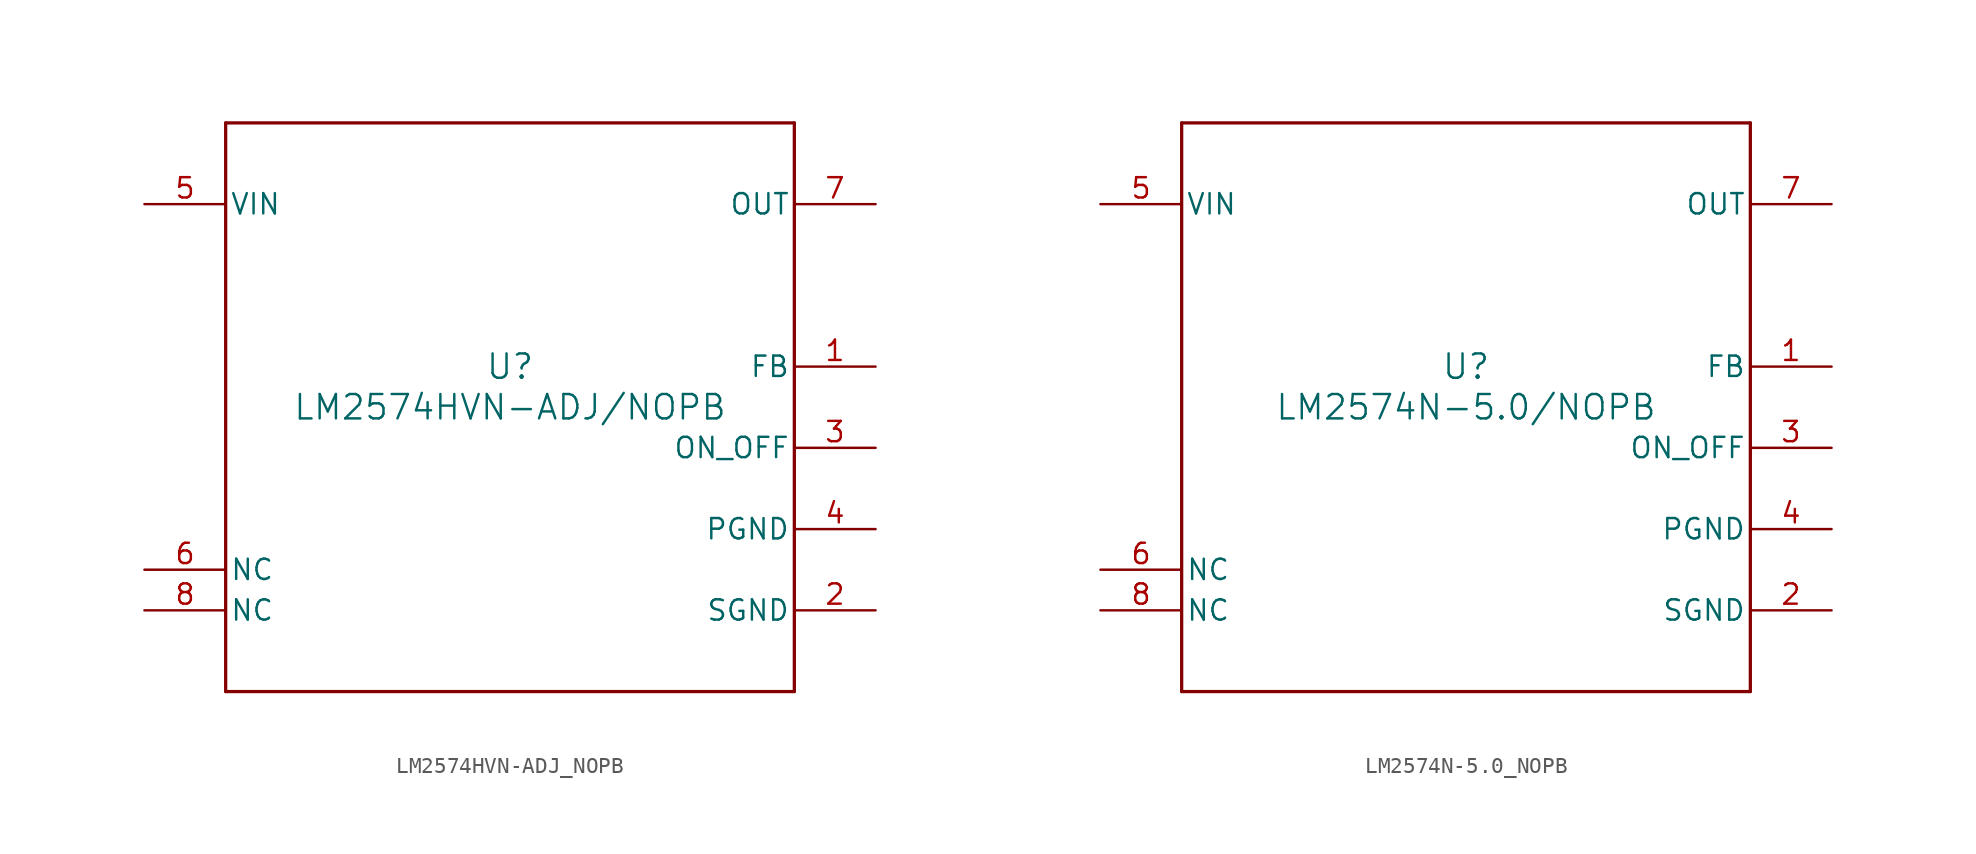
<source format=kicad_sym>
(kicad_symbol_lib
  (version 20241209)
  (generator "kicad_symbol_editor")
  (generator_version "9.0")
  (symbol "LM2574HVN-ADJ_NOPB"
    (pin_names
      (offset 0.254))
    (property "Reference" "U"
      (at 0 2.54 0)
      (effects (font (size 1.524 1.524))))
    (property "Value" "LM2574HVN-ADJ/NOPB"
      (at 0 0 0)
      (effects (font (size 1.524 1.524))))
    (property "ki_locked" ""
      (at 0 0 0)
      (effects (font (size 1.27 1.27))))
    (symbol "LM2574HVN-ADJ_NOPB_0_1"
      (polyline (pts (xy -17.78 17.78) (xy -17.78 -17.78)) (stroke (width 0.203) (type default)) (fill (type none)))
      (polyline (pts (xy -17.78 -17.78) (xy 17.78 -17.78)) (stroke (width 0.203) (type default)) (fill (type none)))
      (polyline (pts (xy 17.78 17.78) (xy -17.78 17.78)) (stroke (width 0.203) (type default)) (fill (type none)))
      (polyline (pts (xy 17.78 -17.78) (xy 17.78 17.78)) (stroke (width 0.203) (type default)) (fill (type none)))
      (pin power_in line (at -22.86 12.7 0) (length 5.08) (name "VIN" (effects (font (size 1.27 1.27)))) (number "5" (effects (font (size 1.27 1.27)))))
      (pin unspecified line (at -22.86 -10.16 0) (length 5.08) (name "NC" (effects (font (size 1.27 1.27)))) (number "6" (effects (font (size 1.27 1.27)))))
      (pin unspecified line (at -22.86 -12.7 0) (length 5.08) (name "NC" (effects (font (size 1.27 1.27)))) (number "8" (effects (font (size 1.27 1.27)))))
      (pin power_in line (at 22.86 12.7 180) (length 5.08) (name "OUT" (effects (font (size 1.27 1.27)))) (number "7" (effects (font (size 1.27 1.27)))))
      (pin input line (at 22.86 2.54 180) (length 5.08) (name "FB" (effects (font (size 1.27 1.27)))) (number "1" (effects (font (size 1.27 1.27)))))
      (pin input line (at 22.86 -2.54 180) (length 5.08) (name "ON_OFF" (effects (font (size 1.27 1.27)))) (number "3" (effects (font (size 1.27 1.27)))))
      (pin power_in line (at 22.86 -7.62 180) (length 5.08) (name "PGND" (effects (font (size 1.27 1.27)))) (number "4" (effects (font (size 1.27 1.27)))))
      (pin power_in line (at 22.86 -12.7 180) (length 5.08) (name "SGND" (effects (font (size 1.27 1.27)))) (number "2" (effects (font (size 1.27 1.27)))))))
  (symbol "LM2574N-5.0_NOPB"
    (pin_names
      (offset 0.254))
    (property "Reference" "U"
      (at 0 2.54 0)
      (effects (font (size 1.524 1.524))))
    (property "Value" "LM2574N-5.0/NOPB"
      (at 0 0 0)
      (effects (font (size 1.524 1.524))))
    (property "ki_locked" ""
      (at 0 0 0)
      (effects (font (size 1.27 1.27))))
    (symbol "LM2574N-5.0_NOPB_0_1"
      (polyline (pts (xy -17.78 17.78) (xy -17.78 -17.78)) (stroke (width 0.203) (type default)) (fill (type none)))
      (polyline (pts (xy -17.78 -17.78) (xy 17.78 -17.78)) (stroke (width 0.203) (type default)) (fill (type none)))
      (polyline (pts (xy 17.78 17.78) (xy -17.78 17.78)) (stroke (width 0.203) (type default)) (fill (type none)))
      (polyline (pts (xy 17.78 -17.78) (xy 17.78 17.78)) (stroke (width 0.203) (type default)) (fill (type none)))
      (pin power_in line (at -22.86 12.7 0) (length 5.08) (name "VIN" (effects (font (size 1.27 1.27)))) (number "5" (effects (font (size 1.27 1.27)))))
      (pin unspecified line (at -22.86 -10.16 0) (length 5.08) (name "NC" (effects (font (size 1.27 1.27)))) (number "6" (effects (font (size 1.27 1.27)))))
      (pin unspecified line (at -22.86 -12.7 0) (length 5.08) (name "NC" (effects (font (size 1.27 1.27)))) (number "8" (effects (font (size 1.27 1.27)))))
      (pin power_in line (at 22.86 12.7 180) (length 5.08) (name "OUT" (effects (font (size 1.27 1.27)))) (number "7" (effects (font (size 1.27 1.27)))))
      (pin input line (at 22.86 2.54 180) (length 5.08) (name "FB" (effects (font (size 1.27 1.27)))) (number "1" (effects (font (size 1.27 1.27)))))
      (pin input line (at 22.86 -2.54 180) (length 5.08) (name "ON_OFF" (effects (font (size 1.27 1.27)))) (number "3" (effects (font (size 1.27 1.27)))))
      (pin power_in line (at 22.86 -7.62 180) (length 5.08) (name "PGND" (effects (font (size 1.27 1.27)))) (number "4" (effects (font (size 1.27 1.27)))))
      (pin power_in line (at 22.86 -12.7 180) (length 5.08) (name "SGND" (effects (font (size 1.27 1.27)))) (number "2" (effects (font (size 1.27 1.27))))))))
</source>
